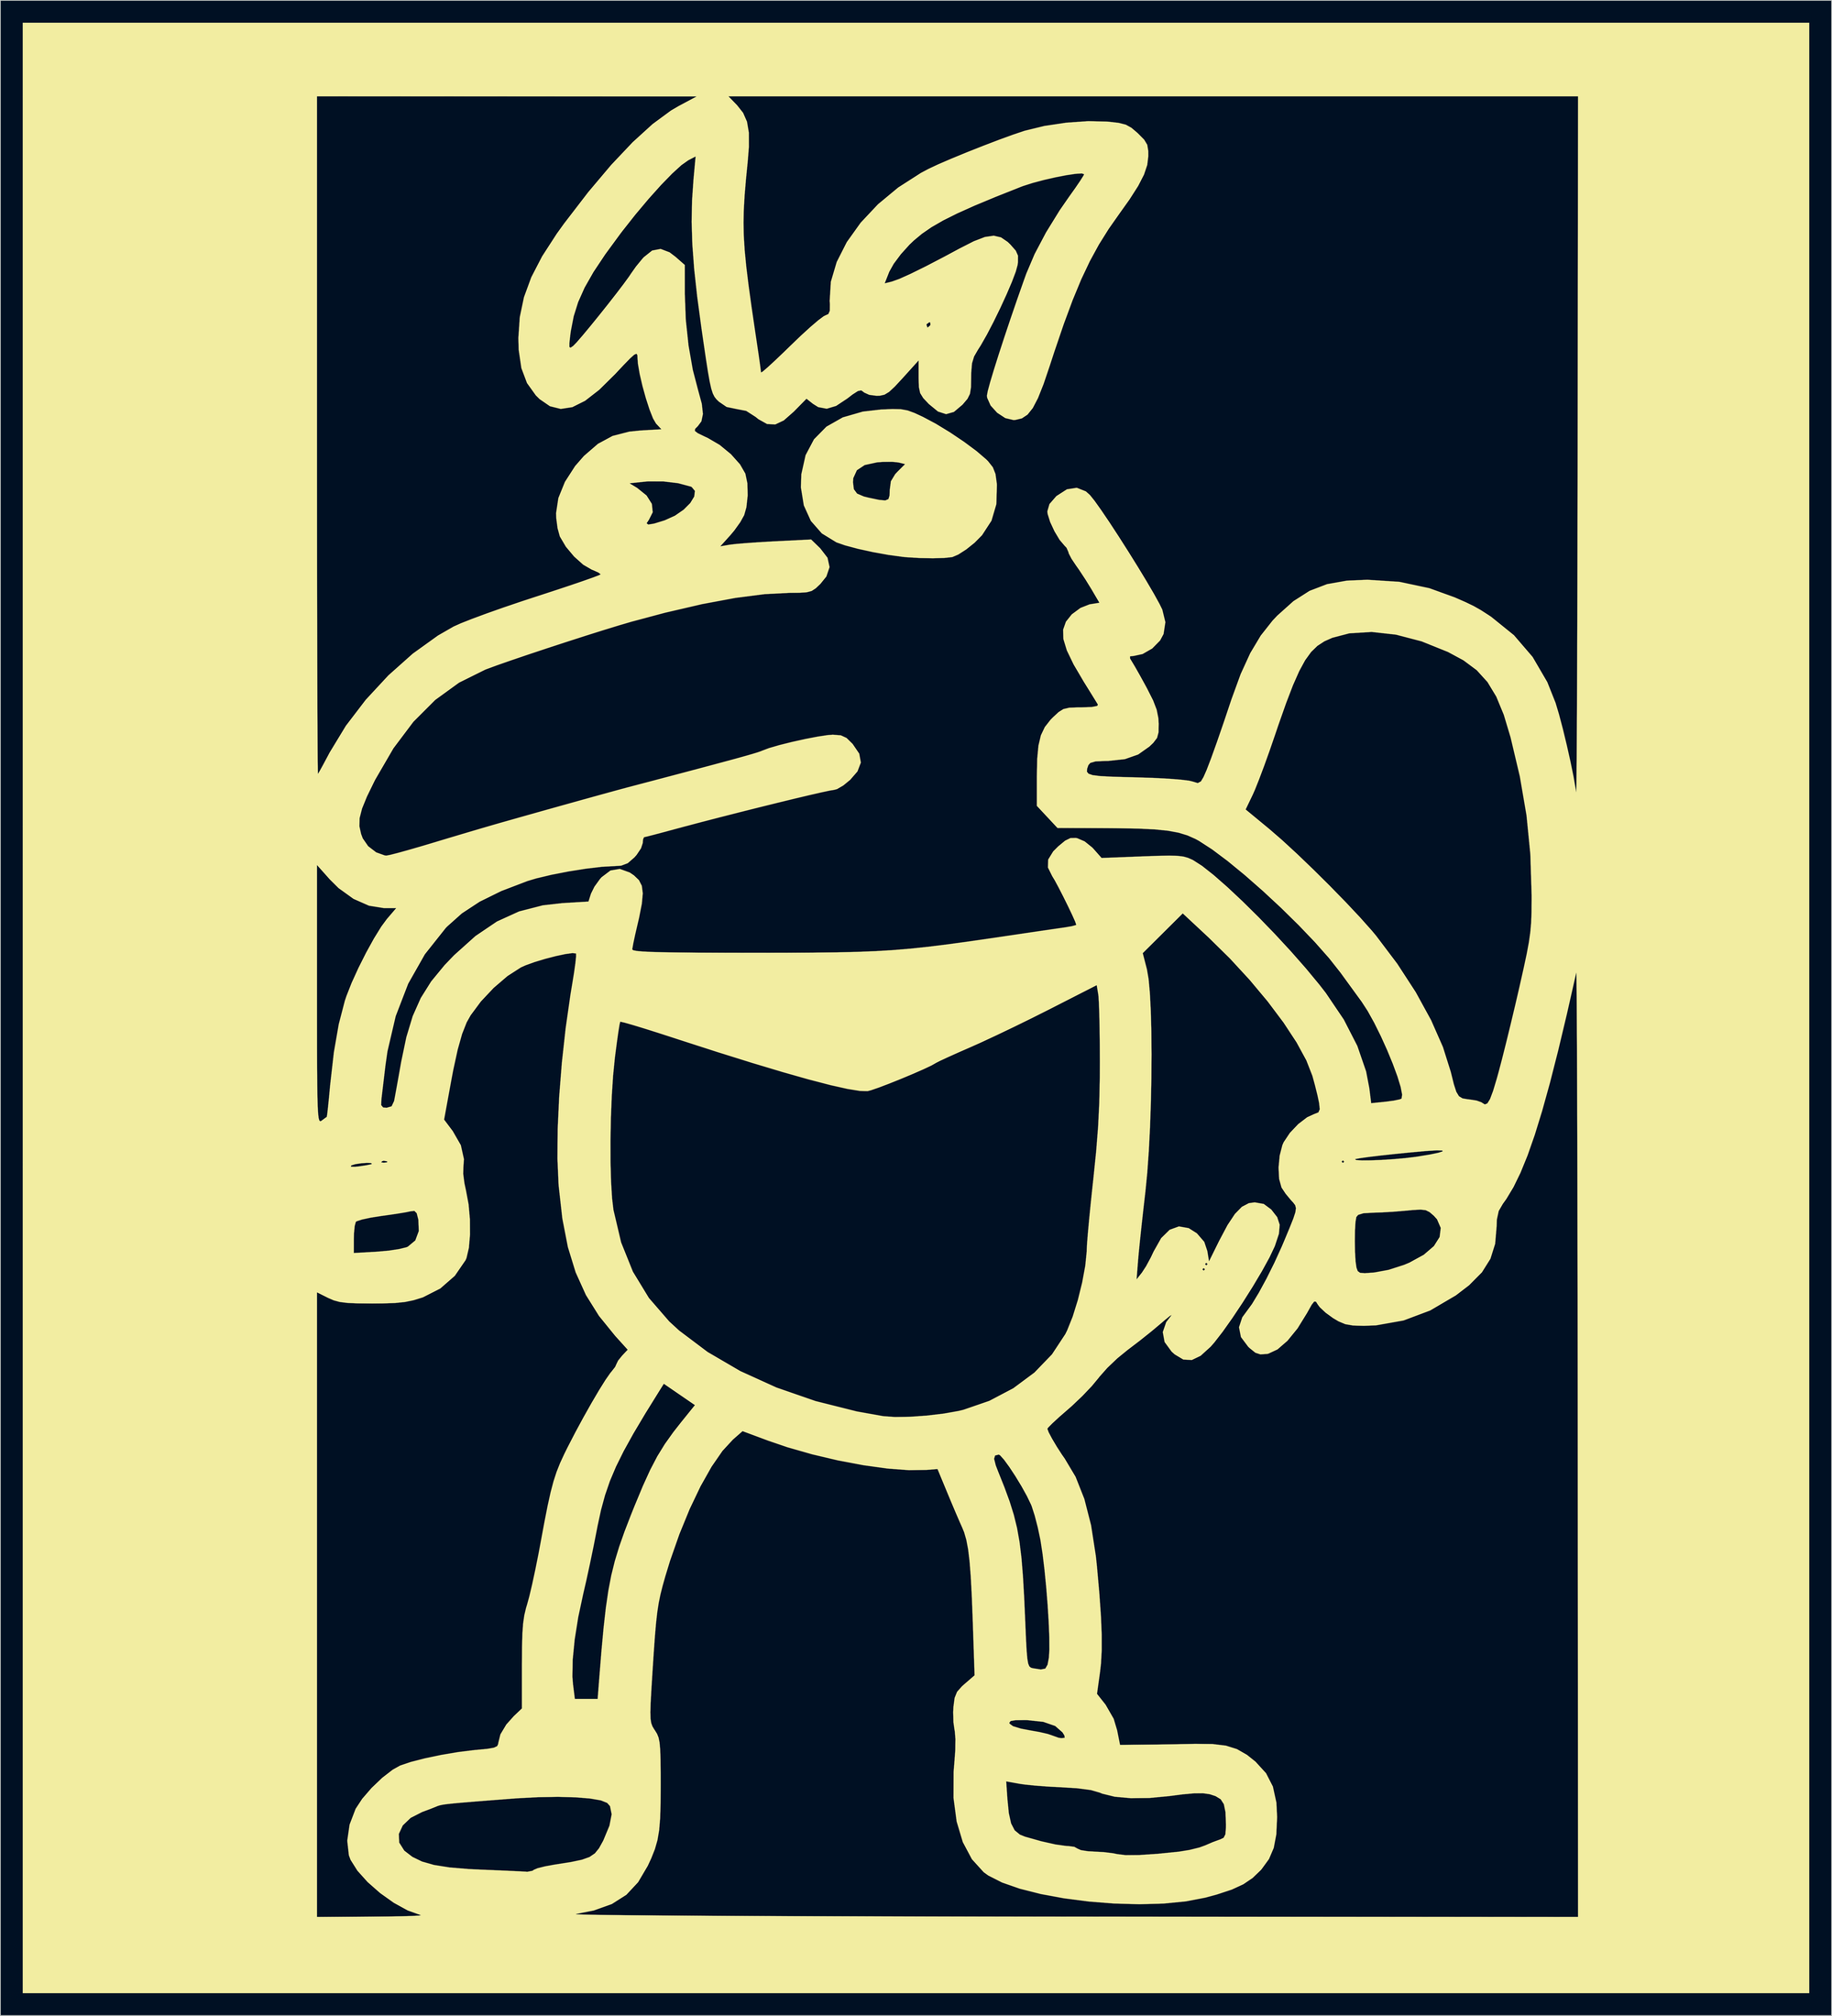
<source format=kicad_pcb>
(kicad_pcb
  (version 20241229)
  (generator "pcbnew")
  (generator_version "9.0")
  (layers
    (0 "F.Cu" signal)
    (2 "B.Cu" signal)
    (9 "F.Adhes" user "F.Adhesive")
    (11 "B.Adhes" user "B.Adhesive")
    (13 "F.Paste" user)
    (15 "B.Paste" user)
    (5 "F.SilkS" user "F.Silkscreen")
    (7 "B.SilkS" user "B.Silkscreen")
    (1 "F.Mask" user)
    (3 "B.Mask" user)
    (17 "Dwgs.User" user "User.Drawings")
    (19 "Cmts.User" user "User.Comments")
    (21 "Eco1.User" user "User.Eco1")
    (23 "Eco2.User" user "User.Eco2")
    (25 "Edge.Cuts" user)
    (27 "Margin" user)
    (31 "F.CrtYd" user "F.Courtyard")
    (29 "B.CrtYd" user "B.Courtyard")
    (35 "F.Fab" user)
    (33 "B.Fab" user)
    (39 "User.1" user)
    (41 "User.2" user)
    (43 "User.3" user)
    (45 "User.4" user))
  (footprint "v3uninvert"
    (layer "F.Cu")
    (at 119.949 132.297)
    (property "Reference" "v3uninvert" (at 0 0 0) (layer "F.SilkS") (effects (font (size 1.524 1.524) (thickness 0.3))))
    (attr through_hole)
    (fp_poly (pts (xy -2.03 -80.396) (xy -1.129 -80.232) (xy -0.193 -79.889) (xy 0.936 -79.365) (xy 2.668 -78.442) (xy 4.57 -77.284) (xy 6.453 -76.018) (xy 8.131 -74.772) (xy 9.416 -73.673) (xy 9.679 -73.41) (xy 10.317 -72.602) (xy 10.672 -71.704) (xy 10.851 -70.426) (xy 10.866 -70.228) (xy 10.79 -67.649) (xy 10.137 -65.431) (xy 8.871 -63.486) (xy 7.856 -62.46) (xy 6.746 -61.572) (xy 5.673 -60.883) (xy 4.869 -60.54) (xy 4.868 -60.54) (xy 3.799 -60.425) (xy 2.272 -60.384) (xy 0.527 -60.414) (xy -1.191 -60.516) (xy -1.764 -60.57) (xy -3.71 -60.835) (xy -5.796 -61.212) (xy -7.808 -61.655) (xy -9.532 -62.116) (xy -10.686 -62.519) (xy -12.644 -63.721) (xy -14.114 -65.397) (xy -15.062 -67.483) (xy -15.456 -69.914) (xy -15.432 -70.605) (xy -8.461 -70.605) (xy -8.347 -69.659) (xy -7.913 -69.067) (xy -7.004 -68.676) (xy -6.35 -68.514) (xy -4.965 -68.224) (xy -4.128 -68.145) (xy -3.702 -68.326) (xy -3.548 -68.816) (xy -3.528 -69.524) (xy -3.371 -70.723) (xy -2.79 -71.682) (xy -2.497 -71.994) (xy -1.465 -73.025) (xy -2.351 -73.248) (xy -3.2 -73.337) (xy -4.417 -73.325) (xy -5.235 -73.264) (xy -6.888 -72.903) (xy -7.939 -72.206) (xy -8.421 -71.147) (xy -8.461 -70.605) (xy -15.432 -70.605) (xy -15.396 -71.662) (xy -14.824 -74.223) (xy -13.695 -76.358) (xy -12.025 -78.055) (xy -9.831 -79.3) (xy -7.127 -80.08) (xy -4.713 -80.357) (xy -3.143 -80.423) (xy -2.03 -80.396)) (stroke (width 0.01) (type solid)) (fill yes) (layer "F.SilkS"))
    (fp_poly (pts (xy 119.944 132.292) (xy -119.944 132.292) (xy -119.944 38.189) (xy -80.433 38.189) (xy -80.433 122.061) (xy -73.113 122.02) (xy -70.98 122.001) (xy -69.158 121.969) (xy -67.738 121.929) (xy -66.81 121.882) (xy -66.465 121.832) (xy -66.499 121.814) (xy -66.906 121.669) (xy -45.697 121.669) (xy -45.588 121.703) (xy -44.797 121.736) (xy -43.35 121.768) (xy -41.271 121.799) (xy -38.585 121.828) (xy -35.316 121.856) (xy -31.49 121.882) (xy -27.13 121.907) (xy -22.261 121.929) (xy -16.909 121.949) (xy -11.096 121.967) (xy -4.849 121.983) (xy 1.809 121.996) (xy 8.852 122.007) (xy 16.257 122.015) (xy 20.549 122.018) (xy 88.9 122.061) (xy 88.859 58.297) (xy 88.854 51.657) (xy 88.847 45.217) (xy 88.839 39.01) (xy 88.83 33.071) (xy 88.819 27.435) (xy 88.808 22.136) (xy 88.795 17.209) (xy 88.782 12.688) (xy 88.768 8.609) (xy 88.753 5.005) (xy 88.737 1.911) (xy 88.721 -0.637) (xy 88.705 -2.606) (xy 88.689 -3.961) (xy 88.672 -4.667) (xy 88.662 -4.763) (xy 87.398 0.821) (xy 86.222 5.75) (xy 85.121 10.069) (xy 84.079 13.822) (xy 83.083 17.053) (xy 82.118 19.807) (xy 81.172 22.126) (xy 80.23 24.057) (xy 79.277 25.641) (xy 78.795 26.315) (xy 78.245 27.265) (xy 78 28.401) (xy 77.964 29.339) (xy 77.767 31.67) (xy 77.132 33.685) (xy 75.99 35.501) (xy 74.273 37.231) (xy 72.496 38.593) (xy 69.045 40.621) (xy 65.465 41.965) (xy 61.78 42.619) (xy 60.144 42.686) (xy 58.691 42.643) (xy 57.651 42.465) (xy 56.731 42.08) (xy 56.009 41.651) (xy 55.003 40.92) (xy 54.219 40.185) (xy 53.959 39.835) (xy 53.71 39.445) (xy 53.471 39.421) (xy 53.136 39.846) (xy 52.596 40.804) (xy 52.512 40.958) (xy 51.235 43.027) (xy 49.884 44.687) (xy 48.543 45.849) (xy 47.298 46.429) (xy 47.164 46.454) (xy 46.261 46.522) (xy 45.574 46.3) (xy 44.798 45.673) (xy 44.606 45.489) (xy 43.637 44.195) (xy 43.373 42.877) (xy 43.814 41.54) (xy 44.369 40.784) (xy 45.116 39.762) (xy 46.042 38.231) (xy 47.068 36.341) (xy 48.115 34.239) (xy 49.103 32.073) (xy 49.417 31.335) (xy 49.419 31.329) (xy 58.925 31.329) (xy 58.952 32.776) (xy 59.025 34.03) (xy 59.144 34.866) (xy 59.148 34.883) (xy 59.316 35.337) (xy 59.627 35.566) (xy 60.26 35.616) (xy 61.394 35.534) (xy 61.571 35.517) (xy 63.463 35.168) (xy 65.522 34.506) (xy 66.259 34.199) (xy 68.183 33.144) (xy 69.544 31.978) (xy 70.315 30.757) (xy 70.464 29.538) (xy 69.963 28.378) (xy 69.536 27.906) (xy 68.972 27.42) (xy 68.448 27.157) (xy 67.752 27.077) (xy 66.673 27.14) (xy 65.92 27.213) (xy 64.27 27.352) (xy 62.563 27.454) (xy 61.333 27.495) (xy 60.072 27.57) (xy 59.373 27.784) (xy 59.128 28.075) (xy 59.012 28.755) (xy 58.945 29.914) (xy 58.925 31.329) (xy 49.419 31.329) (xy 50.162 29.547) (xy 50.664 28.29) (xy 50.943 27.442) (xy 51.021 26.882) (xy 50.917 26.487) (xy 50.653 26.134) (xy 50.357 25.817) (xy 49.638 24.95) (xy 49.099 24.138) (xy 49.079 24.1) (xy 48.762 22.957) (xy 48.685 21.44) (xy 48.76 20.637) (xy 57.15 20.637) (xy 57.326 20.814) (xy 57.503 20.637) (xy 57.326 20.461) (xy 57.15 20.637) (xy 48.76 20.637) (xy 48.79 20.317) (xy 58.943 20.317) (xy 59.126 20.426) (xy 59.87 20.474) (xy 61.034 20.466) (xy 62.478 20.408) (xy 64.059 20.307) (xy 65.637 20.168) (xy 67.071 19.998) (xy 67.318 19.962) (xy 69.038 19.678) (xy 70.184 19.436) (xy 70.733 19.252) (xy 70.661 19.142) (xy 69.944 19.121) (xy 68.557 19.207) (xy 68.439 19.217) (xy 66.33 19.408) (xy 64.274 19.613) (xy 62.394 19.817) (xy 60.81 20.007) (xy 59.643 20.169) (xy 59.015 20.288) (xy 58.943 20.317) (xy 48.79 20.317) (xy 48.835 19.832) (xy 49.199 18.418) (xy 49.368 18.032) (xy 50.207 16.775) (xy 51.33 15.593) (xy 52.526 14.678) (xy 53.461 14.252) (xy 54.034 14.028) (xy 54.219 13.598) (xy 54.126 12.748) (xy 53.911 11.728) (xy 53.569 10.354) (xy 53.229 9.113) (xy 52.416 7.037) (xy 51.102 4.625) (xy 49.352 1.963) (xy 47.232 -0.862) (xy 44.806 -3.764) (xy 42.139 -6.657) (xy 39.295 -9.454) (xy 39.219 -9.525) (xy 35.818 -12.696) (xy 30.446 -7.355) (xy 31.01 -5.177) (xy 31.233 -3.88) (xy 31.406 -1.985) (xy 31.529 0.403) (xy 31.603 3.178) (xy 31.629 6.237) (xy 31.607 9.472) (xy 31.538 12.78) (xy 31.423 16.054) (xy 31.262 19.189) (xy 31.057 22.081) (xy 30.808 24.623) (xy 30.799 24.694) (xy 30.536 26.983) (xy 30.287 29.234) (xy 30.071 31.273) (xy 29.906 32.924) (xy 29.825 33.836) (xy 29.618 36.451) (xy 30.343 35.53) (xy 30.622 35.101) (xy 38.453 35.101) (xy 38.629 35.278) (xy 38.806 35.101) (xy 38.629 34.925) (xy 38.453 35.101) (xy 30.622 35.101) (xy 30.895 34.682) (xy 31.05 34.396) (xy 38.806 34.396) (xy 38.982 34.572) (xy 39.158 34.396) (xy 38.982 34.219) (xy 38.806 34.396) (xy 31.05 34.396) (xy 31.534 33.499) (xy 31.914 32.695) (xy 32.921 30.912) (xy 34.06 29.789) (xy 35.302 29.336) (xy 36.617 29.568) (xy 37.715 30.263) (xy 38.708 31.411) (xy 39.118 32.639) (xy 39.345 34.033) (xy 40.719 31.252) (xy 41.834 29.153) (xy 42.824 27.661) (xy 43.757 26.705) (xy 44.697 26.213) (xy 45.479 26.106) (xy 46.694 26.318) (xy 47.695 27.06) (xy 47.71 27.076) (xy 48.501 28.092) (xy 48.836 29.114) (xy 48.733 30.325) (xy 48.206 31.912) (xy 48.14 32.075) (xy 47.464 33.504) (xy 46.46 35.33) (xy 45.23 37.396) (xy 43.874 39.547) (xy 42.492 41.624) (xy 41.184 43.472) (xy 40.051 44.932) (xy 39.566 45.485) (xy 38.219 46.706) (xy 37.026 47.278) (xy 35.897 47.212) (xy 34.739 46.52) (xy 34.324 46.145) (xy 33.383 44.858) (xy 33.14 43.526) (xy 33.597 42.192) (xy 34.131 41.491) (xy 34.343 41.212) (xy 34.087 41.363) (xy 33.42 41.905) (xy 33.012 42.257) (xy 31.66 43.392) (xy 30.059 44.671) (xy 28.538 45.831) (xy 28.426 45.914) (xy 27.046 47.039) (xy 25.696 48.325) (xy 24.637 49.52) (xy 24.518 49.677) (xy 23.598 50.786) (xy 22.338 52.109) (xy 20.954 53.425) (xy 20.373 53.935) (xy 19.229 54.931) (xy 18.321 55.767) (xy 17.761 56.333) (xy 17.639 56.51) (xy 17.818 56.989) (xy 18.28 57.857) (xy 18.911 58.92) (xy 19.599 59.984) (xy 19.962 60.501) (xy 21.426 62.954) (xy 22.604 65.929) (xy 23.509 69.468) (xy 24.153 73.614) (xy 24.296 74.965) (xy 24.618 78.593) (xy 24.831 81.62) (xy 24.937 84.145) (xy 24.938 86.262) (xy 24.837 88.069) (xy 24.711 89.178) (xy 24.304 92.103) (xy 25.457 93.558) (xy 26.545 95.454) (xy 27.004 96.983) (xy 27.398 98.954) (xy 30.544 98.928) (xy 32.349 98.908) (xy 34.5 98.875) (xy 36.637 98.835) (xy 37.469 98.817) (xy 39.792 98.838) (xy 41.607 99.056) (xy 43.097 99.524) (xy 44.445 100.297) (xy 45.59 101.212) (xy 47.004 102.761) (xy 47.921 104.55) (xy 48.395 106.715) (xy 48.49 108.656) (xy 48.382 110.971) (xy 48.037 112.786) (xy 47.398 114.283) (xy 46.409 115.641) (xy 46.284 115.783) (xy 45.2 116.825) (xy 43.959 117.666) (xy 42.41 118.382) (xy 40.402 119.045) (xy 38.842 119.468) (xy 36.225 119.972) (xy 33.239 120.263) (xy 29.999 120.354) (xy 26.618 120.259) (xy 23.209 119.989) (xy 19.885 119.559) (xy 16.759 118.982) (xy 13.944 118.269) (xy 11.554 117.435) (xy 9.702 116.492) (xy 9.094 116.053) (xy 7.507 114.303) (xy 6.289 112.012) (xy 5.461 109.251) (xy 5.041 106.091) (xy 5.045 103.858) (xy 12.113 103.858) (xy 12.27 106.169) (xy 12.464 108.129) (xy 12.771 109.508) (xy 13.248 110.426) (xy 13.95 111.005) (xy 14.64 111.284) (xy 16.838 111.903) (xy 18.723 112.327) (xy 20.146 112.525) (xy 20.445 112.536) (xy 21.258 112.645) (xy 21.696 112.889) (xy 22.142 113.088) (xy 23.066 113.234) (xy 23.922 113.283) (xy 25.254 113.359) (xy 26.467 113.508) (xy 26.988 113.617) (xy 28.131 113.76) (xy 29.949 113.749) (xy 32.425 113.584) (xy 35.278 113.297) (xy 36.707 113.066) (xy 38.045 112.737) (xy 38.806 112.462) (xy 39.845 112.015) (xy 40.751 111.683) (xy 40.834 111.658) (xy 41.307 111.432) (xy 41.543 110.973) (xy 41.62 110.083) (xy 41.623 109.602) (xy 41.559 107.988) (xy 41.341 106.923) (xy 40.914 106.255) (xy 40.233 105.84) (xy 39.436 105.578) (xy 38.538 105.45) (xy 37.385 105.456) (xy 35.826 105.596) (xy 33.968 105.835) (xy 31.316 106.088) (xy 28.835 106.112) (xy 26.681 105.916) (xy 25.007 105.505) (xy 24.682 105.37) (xy 23.501 105.027) (xy 21.663 104.781) (xy 19.579 104.652) (xy 17.772 104.558) (xy 16.021 104.426) (xy 14.571 104.277) (xy 13.906 104.18) (xy 12.113 103.858) (xy 5.045 103.858) (xy 5.048 102.603) (xy 5.15 101.361) (xy 5.276 99.652) (xy 5.295 98.158) (xy 5.207 97.097) (xy 5.175 96.952) (xy 5.036 95.974) (xy 12.532 95.974) (xy 12.562 96.105) (xy 13.026 96.445) (xy 14.091 96.773) (xy 15.285 97.001) (xy 16.61 97.238) (xy 17.7 97.49) (xy 18.329 97.704) (xy 18.344 97.713) (xy 19.162 98.004) (xy 19.534 98.051) (xy 19.971 98.006) (xy 19.933 97.701) (xy 19.673 97.278) (xy 18.692 96.416) (xy 17.101 95.864) (xy 14.93 95.63) (xy 14.563 95.623) (xy 13.346 95.642) (xy 12.71 95.75) (xy 12.532 95.974) (xy 5.036 95.974) (xy 5.027 95.905) (xy 4.992 94.559) (xy 5.027 93.857) (xy 5.186 92.648) (xy 5.515 91.832) (xy 6.166 91.095) (xy 6.526 90.775) (xy 7.868 89.615) (xy 7.618 82.191) (xy 7.494 78.979) (xy 7.357 76.385) (xy 7.196 74.319) (xy 7 72.692) (xy 6.759 71.417) (xy 6.465 70.404) (xy 6.204 69.768) (xy 5.837 68.944) (xy 5.29 67.675) (xy 4.653 66.165) (xy 4.277 65.264) (xy 2.889 61.913) (xy 1.434 62.032) (xy -0.952 62.067) (xy -3.833 61.848) (xy -7.057 61.402) (xy -10.474 60.757) (xy -11.374 60.545) (xy 10.487 60.545) (xy 10.711 61.428) (xy 11.015 62.216) (xy 11.878 64.375) (xy 12.577 66.283) (xy 13.132 68.061) (xy 13.567 69.829) (xy 13.901 71.709) (xy 14.159 73.821) (xy 14.36 76.286) (xy 14.528 79.224) (xy 14.671 82.444) (xy 14.765 84.646) (xy 14.851 86.243) (xy 14.944 87.336) (xy 15.06 88.024) (xy 15.216 88.408) (xy 15.428 88.589) (xy 15.662 88.658) (xy 16.76 88.831) (xy 17.365 88.713) (xy 17.669 88.181) (xy 17.842 87.26) (xy 17.913 86.165) (xy 17.902 84.521) (xy 17.82 82.477) (xy 17.678 80.184) (xy 17.487 77.792) (xy 17.257 75.451) (xy 16.999 73.31) (xy 16.724 71.521) (xy 16.698 71.375) (xy 16.351 69.741) (xy 15.943 68.166) (xy 15.547 66.932) (xy 15.452 66.693) (xy 14.899 65.546) (xy 14.169 64.228) (xy 13.351 62.88) (xy 12.538 61.644) (xy 11.822 60.662) (xy 11.295 60.075) (xy 11.11 59.972) (xy 10.619 60.097) (xy 10.487 60.545) (xy -11.374 60.545) (xy -13.93 59.942) (xy -17.276 58.984) (xy -19.847 58.106) (xy -23.291 56.825) (xy -24.584 57.958) (xy -25.983 59.473) (xy -27.446 61.592) (xy -28.928 64.221) (xy -30.383 67.267) (xy -31.764 70.636) (xy -33.026 74.235) (xy -33.667 76.331) (xy -34.031 77.623) (xy -34.321 78.775) (xy -34.553 79.908) (xy -34.743 81.145) (xy -34.908 82.608) (xy -35.063 84.419) (xy -35.225 86.7) (xy -35.395 89.316) (xy -35.538 91.623) (xy -35.631 93.336) (xy -35.668 94.566) (xy -35.645 95.421) (xy -35.557 96.013) (xy -35.399 96.452) (xy -35.165 96.847) (xy -35.051 97.016) (xy -34.772 97.469) (xy -34.57 97.97) (xy -34.434 98.636) (xy -34.349 99.585) (xy -34.303 100.934) (xy -34.284 102.802) (xy -34.281 104.185) (xy -34.294 106.774) (xy -34.356 108.802) (xy -34.49 110.413) (xy -34.718 111.751) (xy -35.064 112.961) (xy -35.551 114.185) (xy -36.021 115.199) (xy -37.315 117.394) (xy -38.888 119.08) (xy -40.839 120.323) (xy -43.265 121.19) (xy -45.697 121.669) (xy -66.906 121.669) (xy -68.248 121.189) (xy -70.116 120.161) (xy -71.96 118.849) (xy -73.638 117.372) (xy -75.006 115.848) (xy -75.921 114.397) (xy -76.151 113.785) (xy -76.369 111.823) (xy -76.237 110.913) (xy -69.446 110.913) (xy -69.398 112.071) (xy -68.725 113.137) (xy -68.669 113.191) (xy -67.62 113.998) (xy -66.337 114.62) (xy -64.717 115.082) (xy -62.657 115.409) (xy -60.054 115.626) (xy -58.385 115.707) (xy -56.427 115.787) (xy -54.693 115.863) (xy -53.317 115.928) (xy -52.433 115.977) (xy -52.193 115.996) (xy -51.503 115.863) (xy -51.312 115.729) (xy -50.819 115.518) (xy -49.827 115.27) (xy -48.536 115.033) (xy -48.331 115.002) (xy -46.311 114.683) (xy -44.858 114.376) (xy -43.838 114.011) (xy -43.118 113.522) (xy -42.563 112.838) (xy -42.04 111.893) (xy -41.969 111.751) (xy -41.159 109.802) (xy -40.863 108.271) (xy -41.085 107.18) (xy -41.468 106.746) (xy -42.322 106.406) (xy -43.775 106.155) (xy -45.724 105.996) (xy -48.068 105.935) (xy -50.705 105.977) (xy -53.533 106.125) (xy -54.063 106.164) (xy -56.911 106.384) (xy -59.138 106.559) (xy -60.831 106.699) (xy -62.073 106.81) (xy -62.948 106.903) (xy -63.541 106.986) (xy -63.935 107.068) (xy -64.216 107.156) (xy -64.382 107.224) (xy -65.197 107.55) (xy -66.233 107.938) (xy -66.322 107.971) (xy -67.86 108.756) (xy -68.917 109.773) (xy -69.446 110.913) (xy -76.237 110.913) (xy -76.057 109.666) (xy -75.248 107.546) (xy -75.246 107.541) (xy -74.359 106.192) (xy -73.107 104.743) (xy -71.68 103.381) (xy -70.269 102.289) (xy -69.27 101.732) (xy -67.85 101.252) (xy -65.938 100.761) (xy -63.743 100.302) (xy -61.476 99.919) (xy -59.346 99.655) (xy -58.998 99.624) (xy -57.556 99.485) (xy -56.683 99.334) (xy -56.242 99.128) (xy -56.098 98.825) (xy -56.092 98.71) (xy -55.803 97.543) (xy -55.009 96.218) (xy -54.006 95.096) (xy -52.917 94.06) (xy -52.917 89.796) (xy -46.138 89.796) (xy -46.062 90.77) (xy -45.81 92.781) (xy -42.746 92.781) (xy -42.534 90.047) (xy -42.234 86.33) (xy -41.946 83.203) (xy -41.646 80.548) (xy -41.31 78.251) (xy -40.916 76.195) (xy -40.438 74.265) (xy -39.854 72.345) (xy -39.14 70.319) (xy -38.272 68.071) (xy -37.8 66.895) (xy -36.682 64.208) (xy -35.69 62.031) (xy -34.736 60.205) (xy -33.73 58.569) (xy -32.585 56.963) (xy -31.57 55.669) (xy -29.685 53.332) (xy -31.774 51.899) (xy -33.862 50.465) (xy -34.356 51.25) (xy -36.33 54.43) (xy -37.944 57.142) (xy -39.245 59.491) (xy -40.283 61.585) (xy -41.105 63.53) (xy -41.759 65.432) (xy -42.294 67.398) (xy -42.757 69.535) (xy -42.852 70.026) (xy -43.287 72.236) (xy -43.777 74.602) (xy -44.263 76.841) (xy -44.685 78.669) (xy -44.685 78.669) (xy -45.356 81.803) (xy -45.833 84.801) (xy -46.099 87.515) (xy -46.138 89.796) (xy -52.917 89.796) (xy -52.917 88.174) (xy -52.903 85.823) (xy -52.853 84.031) (xy -52.754 82.655) (xy -52.593 81.549) (xy -52.36 80.569) (xy -52.222 80.114) (xy -51.922 79.022) (xy -51.541 77.407) (xy -51.117 75.441) (xy -50.687 73.297) (xy -50.426 71.905) (xy -49.902 69.082) (xy -49.459 66.834) (xy -49.06 65.035) (xy -48.672 63.565) (xy -48.26 62.299) (xy -47.789 61.115) (xy -47.224 59.89) (xy -46.786 59.006) (xy -45.753 57.007) (xy -44.656 54.978) (xy -43.566 53.043) (xy -42.555 51.325) (xy -41.694 49.946) (xy -41.055 49.03) (xy -40.893 48.837) (xy -40.397 48.203) (xy -40.217 47.801) (xy -39.997 47.35) (xy -39.467 46.696) (xy -39.464 46.693) (xy -38.712 45.892) (xy -40.4 44.025) (xy -42.568 41.351) (xy -44.321 38.547) (xy -45.699 35.503) (xy -46.741 32.114) (xy -47.488 28.271) (xy -47.981 23.867) (xy -47.995 23.689) (xy -48.145 20.242) (xy -48.126 17.784) (xy -41.024 17.784) (xy -41.018 20.68) (xy -40.947 23.323) (xy -40.81 25.557) (xy -40.627 27.114) (xy -39.597 31.481) (xy -38.013 35.418) (xy -35.863 38.949) (xy -33.134 42.099) (xy -31.805 43.32) (xy -27.981 46.199) (xy -23.596 48.761) (xy -18.736 50.97) (xy -13.49 52.789) (xy -7.942 54.183) (xy -4.41 54.814) (xy -2.832 54.928) (xy -0.8 54.897) (xy 1.455 54.739) (xy 3.703 54.473) (xy 5.71 54.117) (xy 6.35 53.964) (xy 9.852 52.758) (xy 13.067 51.066) (xy 15.902 48.961) (xy 18.261 46.515) (xy 20.049 43.801) (xy 20.297 43.302) (xy 21.039 41.456) (xy 21.732 39.23) (xy 22.316 36.868) (xy 22.733 34.616) (xy 22.922 32.718) (xy 22.928 32.456) (xy 22.969 31.641) (xy 23.08 30.253) (xy 23.248 28.417) (xy 23.462 26.261) (xy 23.71 23.912) (xy 23.815 22.952) (xy 24.194 19.254) (xy 24.453 15.951) (xy 24.611 12.746) (xy 24.682 9.341) (xy 24.691 7.253) (xy 24.68 4.899) (xy 24.653 2.712) (xy 24.612 0.815) (xy 24.56 -0.667) (xy 24.5 -1.611) (xy 24.477 -1.795) (xy 24.268 -3.061) (xy 17.867 0.206) (xy 15.563 1.364) (xy 13.134 2.554) (xy 10.772 3.684) (xy 8.673 4.661) (xy 7.232 5.304) (xy 5.62 6.01) (xy 4.234 6.633) (xy 3.208 7.111) (xy 2.676 7.383) (xy 2.646 7.404) (xy 2.046 7.741) (xy 0.953 8.254) (xy -0.466 8.875) (xy -2.043 9.534) (xy -3.611 10.163) (xy -5 10.691) (xy -6.044 11.051) (xy -6.488 11.166) (xy -7.512 11.147) (xy -9.18 10.878) (xy -11.477 10.363) (xy -14.388 9.607) (xy -17.898 8.612) (xy -21.993 7.383) (xy -26.658 5.924) (xy -31.879 4.239) (xy -32.577 4.01) (xy -34.671 3.332) (xy -36.528 2.746) (xy -38.048 2.284) (xy -39.13 1.975) (xy -39.674 1.85) (xy -39.718 1.853) (xy -39.81 2.235) (xy -39.964 3.186) (xy -40.161 4.572) (xy -40.381 6.26) (xy -40.44 6.729) (xy -40.675 9.106) (xy -40.852 11.843) (xy -40.969 14.787) (xy -41.024 17.784) (xy -48.126 17.784) (xy -48.114 16.27) (xy -47.913 11.924) (xy -47.552 7.357) (xy -47.042 2.723) (xy -46.391 -1.826) (xy -46.174 -3.133) (xy -45.915 -4.729) (xy -45.73 -6.055) (xy -45.638 -6.967) (xy -45.65 -7.315) (xy -46.116 -7.369) (xy -47.077 -7.238) (xy -48.361 -6.965) (xy -49.794 -6.593) (xy -51.205 -6.167) (xy -52.42 -5.73) (xy -53.049 -5.448) (xy -54.853 -4.286) (xy -56.712 -2.693) (xy -58.427 -0.87) (xy -59.801 0.983) (xy -60.338 1.94) (xy -60.948 3.485) (xy -61.541 5.591) (xy -62.136 8.318) (xy -62.365 9.525) (xy -63.367 14.993) (xy -62.208 16.532) (xy -61.119 18.427) (xy -60.701 20.311) (xy -60.783 21.436) (xy -60.797 22.299) (xy -60.639 23.529) (xy -60.427 24.518) (xy -60.078 26.374) (xy -59.897 28.41) (xy -59.885 30.423) (xy -60.039 32.212) (xy -60.358 33.576) (xy -60.484 33.867) (xy -61.927 35.969) (xy -63.879 37.671) (xy -66.2 38.852) (xy -66.301 38.887) (xy -67.466 39.247) (xy -68.61 39.483) (xy -69.931 39.619) (xy -71.629 39.679) (xy -73.025 39.688) (xy -74.965 39.672) (xy -76.362 39.61) (xy -77.379 39.482) (xy -78.177 39.267) (xy -78.92 38.945) (xy -78.934 38.938) (xy -80.433 38.189) (xy -119.944 38.189) (xy -119.944 32.906) (xy -75.494 32.906) (xy -72.379 32.729) (xy -70.832 32.592) (xy -69.441 32.383) (xy -68.443 32.141) (xy -68.242 32.061) (xy -67.232 31.221) (xy -66.76 29.952) (xy -66.825 28.417) (xy -67.043 27.563) (xy -67.354 27.251) (xy -67.844 27.303) (xy -68.533 27.443) (xy -69.712 27.636) (xy -71.17 27.849) (xy -71.79 27.933) (xy -73.223 28.159) (xy -74.383 28.408) (xy -75.095 28.639) (xy -75.224 28.729) (xy -75.371 29.273) (xy -75.468 30.262) (xy -75.489 31.005) (xy -75.494 32.906) (xy -119.944 32.906) (xy -119.944 21.319) (xy -75.889 21.319) (xy -75.288 21.326) (xy -74.771 21.27) (xy -73.794 21.123) (xy -73.16 20.986) (xy -73.054 20.942) (xy -73.166 20.825) (xy -73.737 20.804) (xy -74.527 20.861) (xy -75.298 20.978) (xy -75.813 21.138) (xy -75.829 21.148) (xy -75.889 21.319) (xy -119.944 21.319) (xy -119.944 20.73) (xy -71.814 20.73) (xy -71.467 20.786) (xy -71.009 20.721) (xy -71.004 20.601) (xy -71.476 20.517) (xy -71.68 20.573) (xy -71.814 20.73) (xy -119.944 20.73) (xy -119.944 -1.791) (xy -80.433 -1.791) (xy -80.432 2.16) (xy -80.428 5.461) (xy -80.418 8.168) (xy -80.4 10.339) (xy -80.373 12.027) (xy -80.334 13.291) (xy -80.282 14.185) (xy -80.214 14.766) (xy -80.128 15.089) (xy -80.022 15.212) (xy -79.894 15.189) (xy -79.816 15.136) (xy -79.296 14.749) (xy -79.122 14.634) (xy -79.063 14.293) (xy -78.959 13.387) (xy -78.824 12.051) (xy -78.672 10.425) (xy -78.669 10.389) (xy -78.167 5.964) (xy -77.507 2.175) (xy -76.694 -0.953) (xy -76.482 -1.587) (xy -75.778 -3.374) (xy -74.864 -5.379) (xy -73.834 -7.425) (xy -72.782 -9.331) (xy -71.802 -10.919) (xy -71.057 -11.931) (xy -69.795 -13.406) (xy -71.432 -13.406) (xy -73.451 -13.73) (xy -75.533 -14.65) (xy -77.532 -16.089) (xy -78.71 -17.257) (xy -80.433 -19.191) (xy -80.433 -1.791) (xy -119.944 -1.791) (xy -119.944 -24.409) (xy -74.743 -24.409) (xy -74.511 -23.358) (xy -74.288 -22.766) (xy -73.563 -21.718) (xy -72.483 -20.889) (xy -71.324 -20.476) (xy -71.089 -20.461) (xy -70.577 -20.56) (xy -69.516 -20.833) (xy -68.029 -21.246) (xy -66.241 -21.765) (xy -64.809 -22.193) (xy -62.609 -22.856) (xy -60.36 -23.526) (xy -58.271 -24.143) (xy -56.549 -24.645) (xy -55.915 -24.827) (xy -53.08 -25.63) (xy -50.178 -26.448) (xy -47.33 -27.246) (xy -44.653 -27.992) (xy -42.27 -28.652) (xy -40.299 -29.194) (xy -38.861 -29.582) (xy -38.629 -29.644) (xy -34.627 -30.698) (xy -31.254 -31.589) (xy -28.459 -32.332) (xy -26.187 -32.94) (xy -24.387 -33.427) (xy -23.005 -33.81) (xy -21.989 -34.101) (xy -21.284 -34.316) (xy -20.84 -34.468) (xy -20.637 -34.553) (xy -19.737 -34.892) (xy -18.342 -35.296) (xy -16.654 -35.718) (xy -14.874 -36.113) (xy -13.205 -36.435) (xy -11.848 -36.64) (xy -11.173 -36.689) (xy -10.095 -36.607) (xy -9.328 -36.255) (xy -8.532 -35.475) (xy -8.503 -35.442) (xy -7.621 -34.145) (xy -7.405 -32.951) (xy -7.859 -31.764) (xy -8.834 -30.637) (xy -9.759 -29.879) (xy -10.604 -29.387) (xy -11.003 -29.281) (xy -11.543 -29.195) (xy -12.669 -28.955) (xy -14.286 -28.585) (xy -16.297 -28.107) (xy -18.606 -27.545) (xy -21.116 -26.924) (xy -23.732 -26.266) (xy -26.358 -25.596) (xy -28.896 -24.938) (xy -31.252 -24.314) (xy -32.373 -24.012) (xy -33.947 -23.587) (xy -35.257 -23.241) (xy -36.162 -23.01) (xy -36.518 -22.931) (xy -36.653 -22.631) (xy -36.689 -22.154) (xy -36.925 -21.435) (xy -37.52 -20.547) (xy -37.816 -20.213) (xy -38.707 -19.439) (xy -39.588 -19.106) (xy -40.452 -19.05) (xy -42.152 -18.957) (xy -44.294 -18.704) (xy -46.639 -18.333) (xy -48.952 -17.883) (xy -50.996 -17.396) (xy -52.172 -17.043) (xy -55.68 -15.703) (xy -58.584 -14.273) (xy -60.982 -12.697) (xy -62.975 -10.918) (xy -63.162 -10.719) (xy -65.95 -7.205) (xy -68.188 -3.258) (xy -69.866 1.098) (xy -70.976 5.841) (xy -71.249 7.761) (xy -71.439 9.369) (xy -71.614 10.839) (xy -71.745 11.942) (xy -71.783 12.259) (xy -71.814 13.048) (xy -71.556 13.359) (xy -71.091 13.406) (xy -70.413 13.208) (xy -70.08 12.502) (xy -70.066 12.435) (xy -69.93 11.711) (xy -69.703 10.47) (xy -69.419 8.89) (xy -69.13 7.263) (xy -68.431 3.915) (xy -67.581 1.104) (xy -66.497 -1.334) (xy -65.099 -3.562) (xy -63.304 -5.745) (xy -62.033 -7.073) (xy -59.148 -9.66) (xy -56.272 -11.605) (xy -53.295 -12.96) (xy -50.107 -13.78) (xy -47.477 -14.077) (xy -43.977 -14.287) (xy -43.641 -15.346) (xy -43.178 -16.283) (xy -42.442 -17.302) (xy -42.221 -17.551) (xy -41.022 -18.457) (xy -39.773 -18.667) (xy -38.435 -18.183) (xy -37.869 -17.797) (xy -37.207 -17.164) (xy -36.816 -16.402) (xy -36.688 -15.39) (xy -36.812 -14.005) (xy -37.182 -12.124) (xy -37.392 -11.223) (xy -37.714 -9.833) (xy -37.959 -8.683) (xy -38.087 -7.963) (xy -38.098 -7.849) (xy -37.958 -7.742) (xy -37.504 -7.653) (xy -36.687 -7.58) (xy -35.457 -7.521) (xy -33.766 -7.477) (xy -31.563 -7.445) (xy -28.8 -7.423) (xy -25.427 -7.412) (xy -21.67 -7.408) (xy -17.447 -7.412) (xy -13.819 -7.429) (xy -10.677 -7.466) (xy -7.908 -7.53) (xy -5.405 -7.63) (xy -3.055 -7.772) (xy -0.748 -7.965) (xy 1.625 -8.215) (xy 4.176 -8.53) (xy 7.013 -8.917) (xy 10.249 -9.385) (xy 12.524 -9.721) (xy 14.622 -10.032) (xy 16.588 -10.322) (xy 18.267 -10.568) (xy 19.506 -10.748) (xy 20.02 -10.822) (xy 20.934 -10.979) (xy 21.465 -11.126) (xy 21.519 -11.17) (xy 21.369 -11.605) (xy 20.973 -12.492) (xy 20.416 -13.659) (xy 19.784 -14.937) (xy 19.16 -16.154) (xy 18.63 -17.138) (xy 18.295 -17.693) (xy 17.716 -18.859) (xy 17.752 -19.93) (xy 18.425 -21.023) (xy 19.091 -21.691) (xy 20.027 -22.464) (xy 20.733 -22.809) (xy 21.445 -22.828) (xy 21.648 -22.794) (xy 22.649 -22.361) (xy 23.673 -21.538) (xy 23.837 -21.362) (xy 24.92 -20.138) (xy 30.365 -20.351) (xy 32.47 -20.426) (xy 34.004 -20.455) (xy 35.1 -20.427) (xy 35.891 -20.332) (xy 36.511 -20.161) (xy 37.094 -19.904) (xy 37.22 -19.84) (xy 38.412 -19.076) (xy 39.968 -17.847) (xy 41.806 -16.236) (xy 43.843 -14.325) (xy 45.999 -12.195) (xy 48.189 -9.93) (xy 50.333 -7.611) (xy 52.348 -5.321) (xy 54.152 -3.142) (xy 55.027 -2.017) (xy 57.445 1.562) (xy 59.259 5.097) (xy 60.441 8.53) (xy 60.871 10.775) (xy 61.123 12.789) (xy 63.054 12.59) (xy 64.161 12.443) (xy 64.956 12.277) (xy 65.202 12.174) (xy 65.283 11.643) (xy 65.082 10.608) (xy 64.646 9.186) (xy 64.024 7.495) (xy 63.266 5.655) (xy 62.419 3.782) (xy 61.533 1.996) (xy 60.655 0.413) (xy 59.841 -0.839) (xy 59.277 -1.612) (xy 58.44 -2.763) (xy 57.469 -4.098) (xy 56.985 -4.763) (xy 55.467 -6.685) (xy 53.567 -8.833) (xy 51.385 -11.115) (xy 49.022 -13.438) (xy 46.577 -15.71) (xy 44.152 -17.838) (xy 41.846 -19.73) (xy 39.759 -21.294) (xy 37.992 -22.437) (xy 37.519 -22.695) (xy 36.45 -23.17) (xy 35.26 -23.532) (xy 33.841 -23.796) (xy 32.082 -23.975) (xy 29.876 -24.083) (xy 27.112 -24.134) (xy 25.993 -24.14) (xy 19.001 -24.165) (xy 16.681 -26.651) (xy 44.264 -26.651) (xy 47.444 -24.027) (xy 49.15 -22.549) (xy 51.159 -20.7) (xy 53.339 -18.608) (xy 55.563 -16.402) (xy 57.702 -14.21) (xy 59.625 -12.163) (xy 61.205 -10.389) (xy 61.789 -9.689) (xy 64.625 -5.933) (xy 67.105 -2.118) (xy 69.169 1.647) (xy 70.758 5.254) (xy 71.812 8.594) (xy 71.83 8.671) (xy 72.222 10.248) (xy 72.552 11.265) (xy 72.908 11.853) (xy 73.38 12.142) (xy 74.055 12.261) (xy 74.295 12.283) (xy 75.268 12.435) (xy 75.934 12.671) (xy 76.01 12.728) (xy 76.38 12.957) (xy 76.724 12.818) (xy 77.082 12.238) (xy 77.493 11.144) (xy 77.998 9.462) (xy 78.233 8.616) (xy 78.684 6.907) (xy 79.238 4.705) (xy 79.85 2.206) (xy 80.469 -0.394) (xy 81.032 -2.822) (xy 81.589 -5.297) (xy 82.005 -7.242) (xy 82.298 -8.814) (xy 82.49 -10.168) (xy 82.602 -11.461) (xy 82.654 -12.849) (xy 82.667 -14.49) (xy 82.667 -15.169) (xy 82.495 -20.651) (xy 81.981 -25.86) (xy 81.088 -31.073) (xy 79.841 -36.336) (xy 78.929 -39.37) (xy 77.921 -41.809) (xy 76.737 -43.766) (xy 75.295 -45.353) (xy 73.511 -46.68) (xy 71.438 -47.798) (xy 67.894 -49.226) (xy 64.448 -50.127) (xy 61.182 -50.489) (xy 58.181 -50.303) (xy 55.906 -49.708) (xy 54.839 -49.234) (xy 53.903 -48.623) (xy 53.057 -47.802) (xy 52.257 -46.696) (xy 51.46 -45.234) (xy 50.622 -43.34) (xy 49.701 -40.943) (xy 48.653 -37.969) (xy 48.182 -36.58) (xy 47.46 -34.485) (xy 46.734 -32.465) (xy 46.064 -30.683) (xy 45.511 -29.299) (xy 45.23 -28.664) (xy 44.264 -26.651) (xy 16.681 -26.651) (xy 16.228 -27.137) (xy 16.228 -31.078) (xy 16.275 -33.432) (xy 16.444 -35.228) (xy 16.772 -36.609) (xy 17.298 -37.716) (xy 18.062 -38.692) (xy 18.394 -39.03) (xy 19.157 -39.735) (xy 19.797 -40.134) (xy 20.561 -40.313) (xy 21.698 -40.361) (xy 22.202 -40.362) (xy 23.598 -40.41) (xy 24.332 -40.553) (xy 24.43 -40.73) (xy 24.156 -41.18) (xy 23.606 -42.07) (xy 22.88 -43.24) (xy 22.533 -43.798) (xy 21.167 -46.121) (xy 20.258 -48.005) (xy 19.793 -49.533) (xy 19.756 -50.792) (xy 20.133 -51.865) (xy 20.907 -52.836) (xy 20.932 -52.86) (xy 22.091 -53.717) (xy 23.297 -54.192) (xy 23.368 -54.205) (xy 24.628 -54.409) (xy 23.564 -56.221) (xy 22.762 -57.522) (xy 21.898 -58.832) (xy 21.481 -59.424) (xy 20.882 -60.321) (xy 20.516 -61.025) (xy 20.461 -61.233) (xy 20.215 -61.791) (xy 19.943 -62.08) (xy 19.286 -62.853) (xy 18.599 -64.001) (xy 18.017 -65.252) (xy 17.677 -66.336) (xy 17.639 -66.683) (xy 17.923 -67.662) (xy 18.819 -68.696) (xy 18.886 -68.755) (xy 20.269 -69.644) (xy 21.588 -69.848) (xy 22.806 -69.364) (xy 23.352 -68.88) (xy 23.975 -68.104) (xy 24.877 -66.838) (xy 25.984 -65.201) (xy 27.22 -63.31) (xy 28.51 -61.286) (xy 29.779 -59.248) (xy 30.952 -57.314) (xy 31.953 -55.604) (xy 32.707 -54.237) (xy 33.071 -53.494) (xy 33.485 -51.803) (xy 33.243 -50.213) (xy 32.781 -49.35) (xy 31.723 -48.272) (xy 30.428 -47.526) (xy 29.258 -47.272) (xy 28.742 -47.216) (xy 28.744 -46.919) (xy 29.011 -46.478) (xy 29.411 -45.811) (xy 30.031 -44.718) (xy 30.759 -43.395) (xy 31.036 -42.882) (xy 31.839 -41.292) (xy 32.316 -40.052) (xy 32.541 -38.935) (xy 32.588 -38.182) (xy 32.571 -37.024) (xy 32.369 -36.263) (xy 31.86 -35.596) (xy 31.342 -35.101) (xy 29.835 -34.036) (xy 28.046 -33.409) (xy 25.818 -33.169) (xy 25.35 -33.163) (xy 24.098 -33.103) (xy 23.402 -32.903) (xy 23.145 -32.603) (xy 22.972 -32.1) (xy 22.952 -31.724) (xy 23.167 -31.453) (xy 23.702 -31.267) (xy 24.641 -31.144) (xy 26.068 -31.063) (xy 28.067 -31.001) (xy 29.545 -30.965) (xy 31.817 -30.892) (xy 33.836 -30.788) (xy 35.482 -30.662) (xy 36.637 -30.523) (xy 37.126 -30.408) (xy 37.832 -30.194) (xy 38.26 -30.418) (xy 38.606 -31) (xy 39.025 -31.949) (xy 39.633 -33.535) (xy 40.417 -35.72) (xy 41.364 -38.466) (xy 42.365 -41.451) (xy 43.602 -44.843) (xy 44.889 -47.651) (xy 46.294 -50.001) (xy 47.882 -52.014) (xy 48.516 -52.684) (xy 50.68 -54.622) (xy 52.851 -56.008) (xy 55.193 -56.906) (xy 57.867 -57.381) (xy 60.607 -57.5) (xy 64.903 -57.22) (xy 68.931 -56.363) (xy 72.319 -55.139) (xy 73.801 -54.489) (xy 74.887 -53.965) (xy 75.834 -53.429) (xy 76.9 -52.743) (xy 77.258 -52.503) (xy 80.292 -50.05) (xy 82.798 -47.131) (xy 84.769 -43.754) (xy 85.88 -40.967) (xy 86.339 -39.432) (xy 86.857 -37.468) (xy 87.387 -35.278) (xy 87.882 -33.07) (xy 88.295 -31.048) (xy 88.578 -29.418) (xy 88.644 -28.928) (xy 88.661 -29.123) (xy 88.679 -29.985) (xy 88.697 -31.473) (xy 88.715 -33.549) (xy 88.732 -36.173) (xy 88.749 -39.306) (xy 88.766 -42.908) (xy 88.781 -46.94) (xy 88.795 -51.363) (xy 88.809 -56.137) (xy 88.821 -61.223) (xy 88.831 -66.582) (xy 88.84 -72.174) (xy 88.844 -75.053) (xy 88.9 -122.414) (xy -25.186 -122.414) (xy -24.03 -121.222) (xy -23.214 -120.189) (xy -22.695 -119.006) (xy -22.445 -117.535) (xy -22.439 -115.635) (xy -22.591 -113.717) (xy -22.831 -111.281) (xy -23.009 -109.162) (xy -23.121 -107.251) (xy -23.16 -105.441) (xy -23.122 -103.624) (xy -23 -101.692) (xy -22.79 -99.538) (xy -22.486 -97.053) (xy -22.082 -94.13) (xy -21.572 -90.662) (xy -21.339 -89.107) (xy -21.117 -87.602) (xy -20.942 -86.36) (xy -20.835 -85.546) (xy -20.814 -85.324) (xy -20.578 -85.458) (xy -19.928 -86.015) (xy -18.946 -86.918) (xy -17.717 -88.089) (xy -16.866 -88.919) (xy -15.46 -90.269) (xy -14.178 -91.439) (xy -13.846 -91.722) (xy 1.411 -91.722) (xy 1.531 -91.379) (xy 1.567 -91.369) (xy 1.868 -91.617) (xy 1.94 -91.722) (xy 1.912 -92.047) (xy 1.785 -92.075) (xy 1.425 -91.819) (xy 1.411 -91.722) (xy -13.846 -91.722) (xy -13.125 -92.338) (xy -12.405 -92.875) (xy -12.192 -92.983) (xy -11.763 -93.18) (xy -11.573 -93.618) (xy -11.562 -94.489) (xy -11.59 -94.947) (xy -11.431 -97.511) (xy -10.645 -100.167) (xy -9.29 -102.838) (xy -7.424 -105.447) (xy -5.104 -107.916) (xy -2.389 -110.169) (xy 0.665 -112.128) (xy 1.703 -112.68) (xy 2.992 -113.284) (xy 4.768 -114.049) (xy 6.848 -114.904) (xy 9.055 -115.778) (xy 11.206 -116.599) (xy 13.123 -117.296) (xy 14.609 -117.792) (xy 17.243 -118.435) (xy 20.193 -118.875) (xy 23.144 -119.079) (xy 25.779 -119.012) (xy 25.824 -119.008) (xy 27.221 -118.845) (xy 28.168 -118.605) (xy 28.923 -118.189) (xy 29.74 -117.496) (xy 29.797 -117.442) (xy 30.632 -116.599) (xy 31.052 -115.903) (xy 31.191 -115.062) (xy 31.196 -114.391) (xy 31.052 -113.202) (xy 30.615 -111.901) (xy 29.836 -110.384) (xy 28.662 -108.55) (xy 27.354 -106.715) (xy 25.88 -104.617) (xy 24.56 -102.508) (xy 23.346 -100.283) (xy 22.188 -97.837) (xy 21.04 -95.065) (xy 19.852 -91.862) (xy 18.578 -88.123) (xy 17.965 -86.245) (xy 17.124 -83.763) (xy 16.38 -81.893) (xy 15.682 -80.555) (xy 14.977 -79.673) (xy 14.214 -79.167) (xy 13.338 -78.96) (xy 13.083 -78.946) (xy 11.991 -79.207) (xy 10.901 -79.921) (xy 10.019 -80.897) (xy 9.553 -81.943) (xy 9.525 -82.232) (xy 9.638 -82.842) (xy 9.958 -84.021) (xy 10.454 -85.673) (xy 11.094 -87.704) (xy 11.848 -90.016) (xy 12.685 -92.515) (xy 13.574 -95.106) (xy 14.484 -97.692) (xy 14.811 -98.601) (xy 15.93 -101.233) (xy 17.462 -104.134) (xy 19.293 -107.102) (xy 20.512 -108.864) (xy 21.385 -110.091) (xy 22.075 -111.105) (xy 22.494 -111.771) (xy 22.578 -111.954) (xy 22.263 -112.059) (xy 21.416 -112.005) (xy 20.187 -111.821) (xy 18.723 -111.537) (xy 17.173 -111.182) (xy 15.685 -110.787) (xy 14.408 -110.38) (xy 14.111 -110.269) (xy 10.69 -108.911) (xy 7.858 -107.732) (xy 5.535 -106.689) (xy 3.638 -105.741) (xy 2.086 -104.845) (xy 0.8 -103.96) (xy -0.303 -103.042) (xy -0.883 -102.487) (xy -2.035 -101.209) (xy -2.994 -99.924) (xy -3.59 -98.86) (xy -3.602 -98.829) (xy -4.204 -97.298) (xy -3.248 -97.534) (xy -2.267 -97.883) (xy -0.733 -98.572) (xy 1.302 -99.575) (xy 3.786 -100.869) (xy 5.821 -101.963) (xy 7.762 -102.952) (xy 9.26 -103.527) (xy 10.436 -103.697) (xy 11.411 -103.472) (xy 12.307 -102.862) (xy 12.681 -102.501) (xy 13.399 -101.684) (xy 13.698 -101.008) (xy 13.693 -100.15) (xy 13.643 -99.767) (xy 13.396 -98.866) (xy 12.878 -97.498) (xy 12.16 -95.817) (xy 11.313 -93.974) (xy 10.408 -92.12) (xy 9.515 -90.407) (xy 8.706 -88.987) (xy 8.318 -88.378) (xy 7.798 -87.478) (xy 7.519 -86.55) (xy 7.416 -85.315) (xy 7.408 -84.643) (xy 7.381 -83.324) (xy 7.243 -82.459) (xy 6.914 -81.797) (xy 6.311 -81.085) (xy 6.22 -80.988) (xy 5.091 -80.036) (xy 4.038 -79.736) (xy 2.952 -80.089) (xy 1.722 -81.097) (xy 0.97 -81.897) (xy 0.56 -82.563) (xy 0.389 -83.367) (xy 0.353 -84.581) (xy 0.353 -84.708) (xy 0.353 -86.95) (xy -1.792 -84.574) (xy -2.854 -83.429) (xy -3.617 -82.722) (xy -4.231 -82.351) (xy -4.849 -82.212) (xy -5.277 -82.197) (xy -6.273 -82.326) (xy -6.977 -82.645) (xy -7.043 -82.711) (xy -7.355 -82.932) (xy -7.799 -82.84) (xy -8.521 -82.377) (xy -9.234 -81.829) (xy -10.727 -80.842) (xy -11.991 -80.465) (xy -13.128 -80.681) (xy -13.831 -81.12) (xy -14.704 -81.807) (xy -16.423 -80.062) (xy -17.753 -78.895) (xy -18.905 -78.35) (xy -19.999 -78.41) (xy -21.158 -79.058) (xy -21.533 -79.361) (xy -22.798 -80.173) (xy -24.072 -80.419) (xy -25.429 -80.701) (xy -26.456 -81.403) (xy -26.786 -81.72) (xy -27.054 -82.061) (xy -27.282 -82.514) (xy -27.492 -83.169) (xy -27.703 -84.116) (xy -27.938 -85.444) (xy -28.218 -87.241) (xy -28.565 -89.598) (xy -28.795 -91.193) (xy -29.374 -95.483) (xy -29.784 -99.219) (xy -30.032 -102.534) (xy -30.125 -105.556) (xy -30.071 -108.418) (xy -29.878 -111.233) (xy -29.593 -114.339) (xy -30.583 -113.824) (xy -31.505 -113.171) (xy -32.754 -112.03) (xy -34.251 -110.489) (xy -35.913 -108.635) (xy -37.661 -106.556) (xy -39.413 -104.338) (xy -39.706 -103.953) (xy -41.726 -101.197) (xy -43.305 -98.826) (xy -44.5 -96.726) (xy -45.368 -94.781) (xy -45.965 -92.878) (xy -46.349 -90.901) (xy -46.413 -90.431) (xy -46.541 -89.3) (xy -46.542 -88.747) (xy -46.385 -88.652) (xy -46.039 -88.892) (xy -46.027 -88.902) (xy -45.557 -89.386) (xy -44.758 -90.309) (xy -43.728 -91.548) (xy -42.565 -92.981) (xy -41.366 -94.485) (xy -40.231 -95.938) (xy -39.257 -97.217) (xy -38.541 -98.199) (xy -38.273 -98.601) (xy -37.593 -99.564) (xy -36.739 -100.604) (xy -36.556 -100.806) (xy -35.428 -101.705) (xy -34.295 -101.922) (xy -33.084 -101.46) (xy -32.291 -100.858) (xy -31.044 -99.763) (xy -31.043 -95.831) (xy -30.912 -92.406) (xy -30.543 -88.939) (xy -29.972 -85.68) (xy -29.273 -83.005) (xy -28.764 -81.134) (xy -28.611 -79.76) (xy -28.815 -78.771) (xy -29.296 -78.126) (xy -29.659 -77.761) (xy -29.697 -77.484) (xy -29.313 -77.183) (xy -28.413 -76.744) (xy -27.973 -76.542) (xy -26.366 -75.604) (xy -24.855 -74.362) (xy -23.634 -72.997) (xy -22.915 -71.749) (xy -22.644 -70.454) (xy -22.6 -68.835) (xy -22.774 -67.234) (xy -23.073 -66.173) (xy -23.601 -65.225) (xy -24.406 -64.103) (xy -24.925 -63.486) (xy -26.282 -61.983) (xy -25.047 -62.2) (xy -24.238 -62.299) (xy -22.897 -62.414) (xy -21.199 -62.532) (xy -19.318 -62.642) (xy -18.947 -62.661) (xy -14.081 -62.904) (xy -12.862 -61.722) (xy -11.883 -60.451) (xy -11.608 -59.198) (xy -12.037 -57.934) (xy -12.841 -56.938) (xy -13.461 -56.351) (xy -14.008 -55.995) (xy -14.685 -55.813) (xy -15.692 -55.747) (xy -16.986 -55.737) (xy -20.338 -55.565) (xy -24.269 -55.058) (xy -28.74 -54.223) (xy -33.713 -53.067) (xy -38.208 -51.865) (xy -39.891 -51.371) (xy -42.01 -50.721) (xy -44.43 -49.957) (xy -47.014 -49.125) (xy -49.627 -48.27) (xy -52.134 -47.435) (xy -54.399 -46.665) (xy -56.287 -46.004) (xy -57.661 -45.498) (xy -57.856 -45.422) (xy -61.354 -43.684) (xy -64.557 -41.362) (xy -67.486 -38.431) (xy -70.165 -34.871) (xy -72.613 -30.659) (xy -72.73 -30.43) (xy -73.731 -28.377) (xy -74.381 -26.781) (xy -74.709 -25.505) (xy -74.743 -24.409) (xy -119.944 -24.409) (xy -119.944 -76.847) (xy -80.433 -76.847) (xy -80.432 -71.241) (xy -80.429 -65.837) (xy -80.425 -60.673) (xy -80.418 -55.793) (xy -80.41 -51.237) (xy -80.401 -47.048) (xy -80.39 -43.265) (xy -80.378 -39.931) (xy -80.365 -37.087) (xy -80.351 -34.774) (xy -80.336 -33.034) (xy -80.321 -31.909) (xy -80.304 -31.438) (xy -80.301 -31.427) (xy -80.087 -31.785) (xy -79.631 -32.617) (xy -79.014 -33.768) (xy -78.741 -34.285) (xy -76.557 -37.884) (xy -73.881 -41.385) (xy -70.844 -44.659) (xy -67.572 -47.575) (xy -64.193 -50.004) (xy -62.089 -51.214) (xy -61.113 -51.652) (xy -59.586 -52.254) (xy -57.63 -52.978) (xy -55.368 -53.777) (xy -52.921 -54.607) (xy -51.067 -55.215) (xy -48.723 -55.979) (xy -46.617 -56.678) (xy -44.838 -57.283) (xy -43.472 -57.764) (xy -42.609 -58.089) (xy -42.336 -58.226) (xy -42.63 -58.459) (xy -43.359 -58.788) (xy -43.538 -58.855) (xy -44.68 -59.517) (xy -45.906 -60.613) (xy -47.013 -61.934) (xy -47.8 -63.269) (xy -47.836 -63.351) (xy -48.128 -64.417) (xy -48.306 -65.772) (xy -48.331 -66.423) (xy -48.02 -68.471) (xy -47.216 -70.453) (xy -38.471 -70.453) (xy -37.445 -69.829) (xy -36.181 -68.811) (xy -35.47 -67.687) (xy -35.353 -66.564) (xy -35.862 -65.556) (xy -36.174 -65.081) (xy -35.951 -64.909) (xy -35.159 -65.039) (xy -33.763 -65.47) (xy -33.737 -65.479) (xy -32.365 -66.1) (xy -31.195 -66.909) (xy -30.305 -67.803) (xy -29.775 -68.677) (xy -29.686 -69.428) (xy -30.117 -69.953) (xy -30.251 -70.013) (xy -31.933 -70.462) (xy -33.956 -70.706) (xy -35.976 -70.707) (xy -36.358 -70.674) (xy -38.471 -70.453) (xy -47.216 -70.453) (xy -47.14 -70.64) (xy -45.768 -72.771) (xy -44.588 -74.122) (xy -42.701 -75.753) (xy -40.74 -76.81) (xy -38.491 -77.389) (xy -36.948 -77.544) (xy -34.184 -77.704) (xy -34.912 -78.479) (xy -35.309 -79.161) (xy -35.779 -80.352) (xy -36.269 -81.867) (xy -36.728 -83.521) (xy -37.101 -85.128) (xy -37.338 -86.504) (xy -37.394 -87.251) (xy -37.417 -87.675) (xy -37.537 -87.85) (xy -37.833 -87.721) (xy -38.38 -87.233) (xy -39.259 -86.33) (xy -40.393 -85.121) (xy -42.533 -83.007) (xy -44.436 -81.53) (xy -46.145 -80.678) (xy -47.703 -80.438) (xy -49.153 -80.8) (xy -50.538 -81.752) (xy -51.047 -82.256) (xy -52.231 -83.908) (xy -52.988 -85.918) (xy -53.351 -88.385) (xy -53.393 -89.958) (xy -53.203 -92.755) (xy -52.64 -95.436) (xy -51.655 -98.12) (xy -50.204 -100.923) (xy -48.238 -103.962) (xy -47.253 -105.33) (xy -44.008 -109.551) (xy -40.933 -113.196) (xy -38.047 -116.248) (xy -35.369 -118.686) (xy -32.916 -120.493) (xy -31.868 -121.107) (xy -29.457 -122.393) (xy -54.945 -122.404) (xy -80.433 -122.414) (xy -80.433 -76.847) (xy -119.944 -76.847) (xy -119.944 -132.292) (xy 119.944 -132.292) (xy 119.944 132.292)) (stroke (width 0.01) (type solid)) (fill yes) (layer "F.SilkS")))
  (gr_rect
    (start -3 -3)
    (end 242.899 267.593)
    (stroke (width 0.1) (type default))
    (fill no)
    (layer "Edge.Cuts")))
</source>
